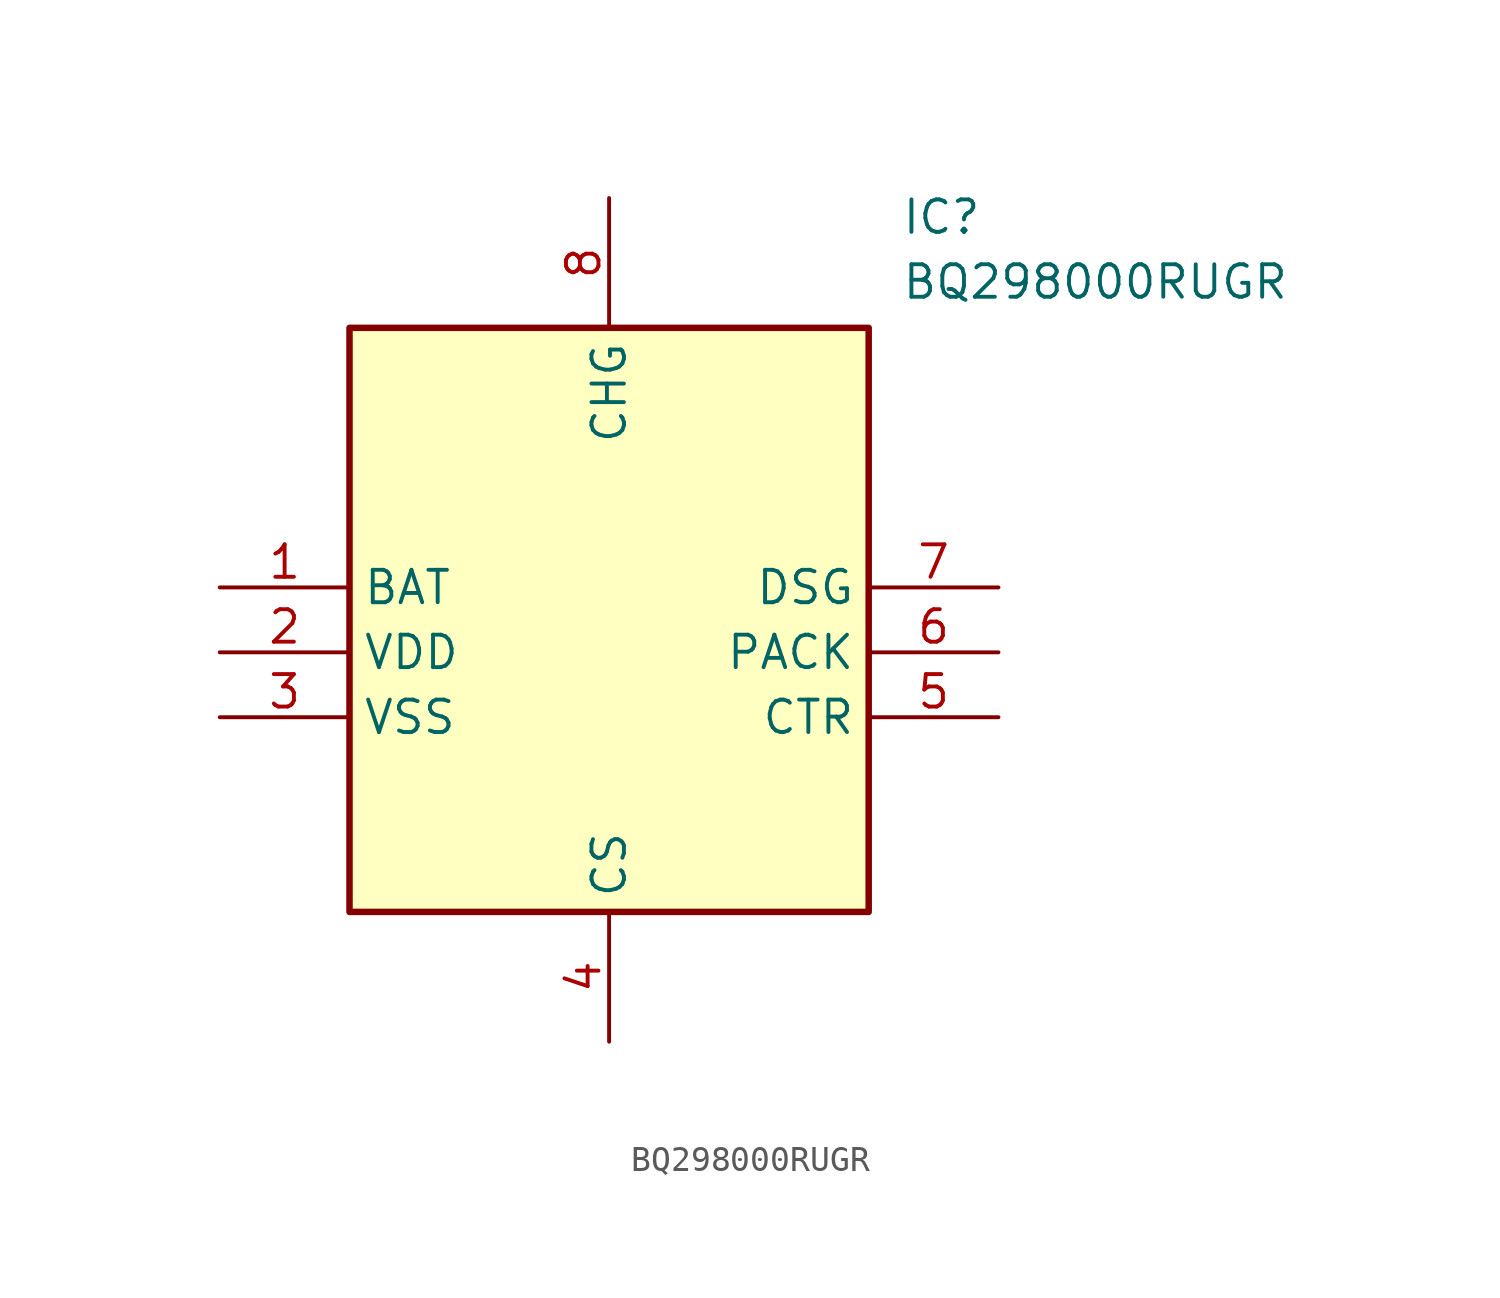
<source format=kicad_sym>
(kicad_symbol_lib
  (version 20211014)
  (generator SamacSys_ECAD_Model)
  (symbol "BQ298000RUGR"
    (property "Reference" "IC"
      (at 26.67 15.24 0)
      (effects (font (size 1.27 1.27)) (justify left top)))
    (property "Value" "BQ298000RUGR"
      (at 26.67 12.7 0)
      (effects (font (size 1.27 1.27)) (justify left top)))
    (rectangle
      (start 5.08 10.16)
      (end 25.4 -12.7)
      (stroke (width 0.254) (type default))
      (fill (type background)))
    (pin passive line
      (at 0 0 0)
      (length 5.08)
      (name "BAT" (effects (font (size 1.27 1.27))))
      (number "1" (effects (font (size 1.27 1.27)))))
    (pin passive line
      (at 0 -2.54 0)
      (length 5.08)
      (name "VDD" (effects (font (size 1.27 1.27))))
      (number "2" (effects (font (size 1.27 1.27)))))
    (pin passive line
      (at 0 -5.08 0)
      (length 5.08)
      (name "VSS" (effects (font (size 1.27 1.27))))
      (number "3" (effects (font (size 1.27 1.27)))))
    (pin passive line
      (at 15.24 -17.78 90)
      (length 5.08)
      (name "CS" (effects (font (size 1.27 1.27))))
      (number "4" (effects (font (size 1.27 1.27)))))
    (pin passive line
      (at 30.48 -5.08 180)
      (length 5.08)
      (name "CTR" (effects (font (size 1.27 1.27))))
      (number "5" (effects (font (size 1.27 1.27)))))
    (pin passive line
      (at 30.48 -2.54 180)
      (length 5.08)
      (name "PACK" (effects (font (size 1.27 1.27))))
      (number "6" (effects (font (size 1.27 1.27)))))
    (pin passive line
      (at 30.48 0 180)
      (length 5.08)
      (name "DSG" (effects (font (size 1.27 1.27))))
      (number "7" (effects (font (size 1.27 1.27)))))
    (pin passive line
      (at 15.24 15.24 270)
      (length 5.08)
      (name "CHG" (effects (font (size 1.27 1.27))))
      (number "8" (effects (font (size 1.27 1.27)))))))
</source>
